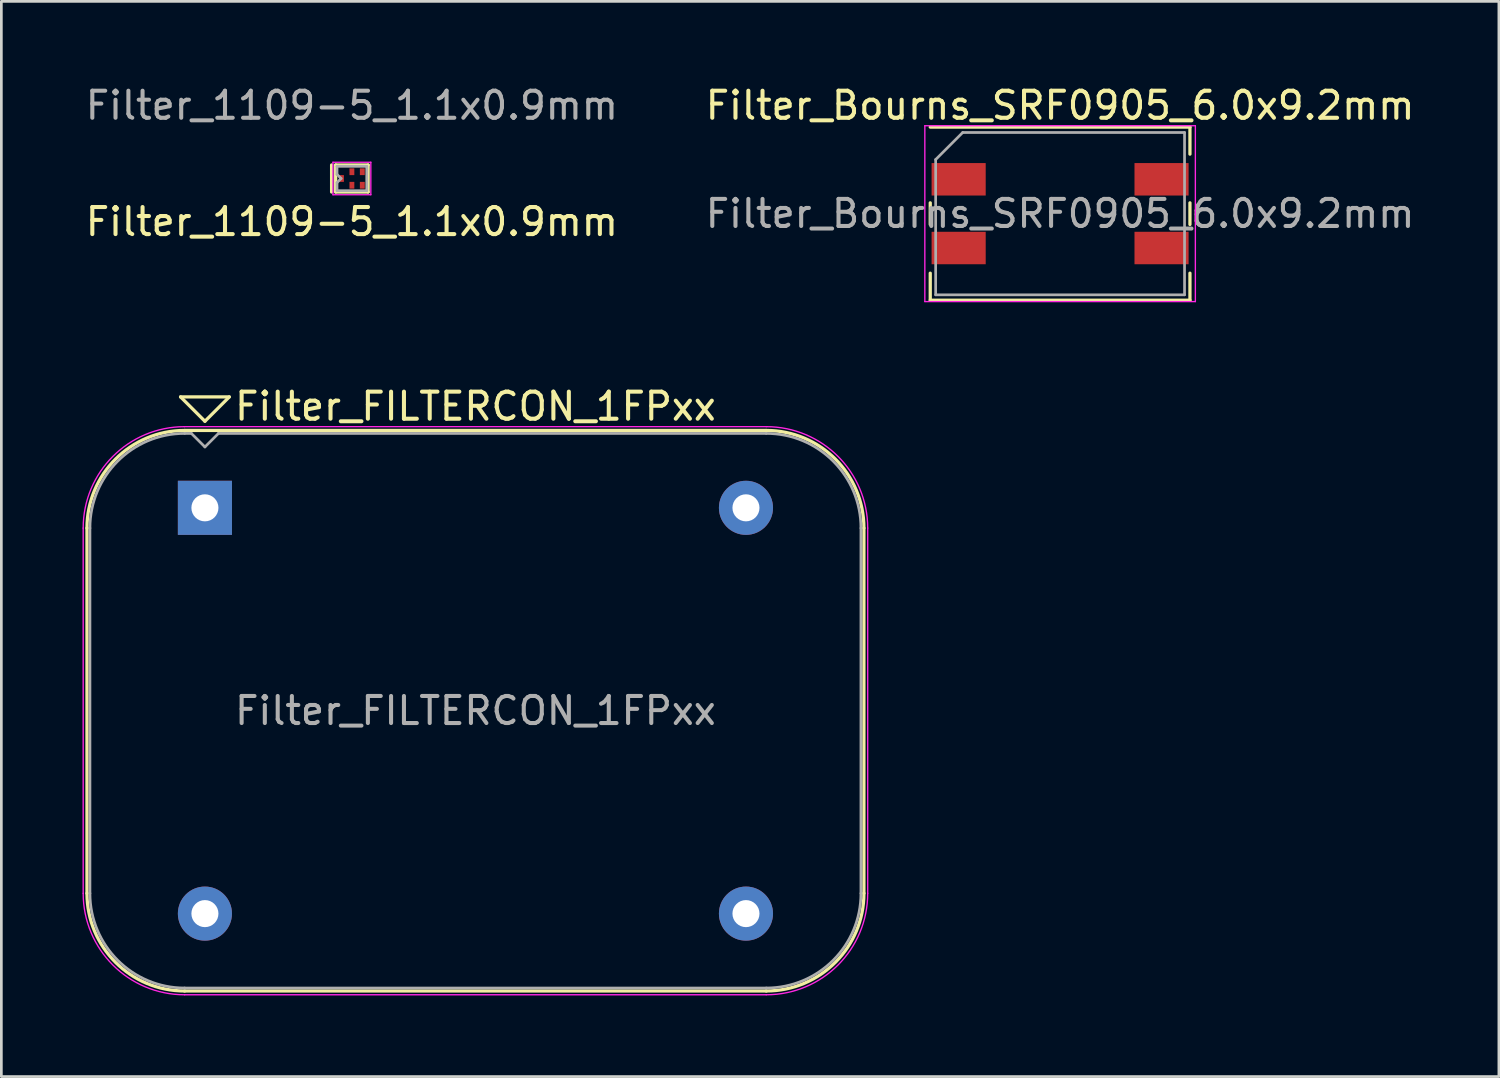
<source format=kicad_pcb>
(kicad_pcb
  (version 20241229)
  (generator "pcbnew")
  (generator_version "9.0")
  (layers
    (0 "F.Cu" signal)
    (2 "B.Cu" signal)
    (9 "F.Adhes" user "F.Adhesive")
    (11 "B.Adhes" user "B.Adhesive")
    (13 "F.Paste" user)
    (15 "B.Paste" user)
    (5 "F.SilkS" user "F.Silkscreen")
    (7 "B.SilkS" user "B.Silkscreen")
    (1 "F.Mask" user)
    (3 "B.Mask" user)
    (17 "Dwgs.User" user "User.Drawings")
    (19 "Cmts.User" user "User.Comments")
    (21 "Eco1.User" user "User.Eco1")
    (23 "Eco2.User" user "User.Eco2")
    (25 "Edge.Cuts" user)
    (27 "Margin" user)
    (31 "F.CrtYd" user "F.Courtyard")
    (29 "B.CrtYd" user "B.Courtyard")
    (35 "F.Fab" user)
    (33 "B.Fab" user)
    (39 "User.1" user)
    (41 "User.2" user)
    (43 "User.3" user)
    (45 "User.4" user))
  (footprint "Filter_Bourns_SRF0905_6.0x9.2mm"
    (layer "F.Cu")
    (at 36.137 4.848)
    (property "Reference" "Filter_Bourns_SRF0905_6.0x9.2mm" (at 0 -4 180) (layer "F.SilkS") (effects (font (size 1 1) (thickness 0.15))))
    (attr smd)
    (fp_line (start -4.8 -0.4) (end -4.8 0.4) (stroke (width 0.12) (type solid)) (layer "F.SilkS"))
    (fp_line (start -4.8 2.2) (end -4.8 3.2) (stroke (width 0.12) (type solid)) (layer "F.SilkS"))
    (fp_line (start -4.8 3.2) (end 4.8 3.2) (stroke (width 0.12) (type solid)) (layer "F.SilkS"))
    (fp_line (start 4.8 -3.2) (end -4.8 -3.2) (stroke (width 0.12) (type solid)) (layer "F.SilkS"))
    (fp_line (start 4.8 -2.2) (end 4.8 -3.2) (stroke (width 0.12) (type solid)) (layer "F.SilkS"))
    (fp_line (start 4.8 -0.4) (end 4.8 0.4) (stroke (width 0.12) (type solid)) (layer "F.SilkS"))
    (fp_line (start 4.8 3.2) (end 4.8 2.2) (stroke (width 0.12) (type solid)) (layer "F.SilkS"))
    (fp_line (start -5 -3.25) (end -5 3.25) (stroke (width 0.05) (type solid)) (layer "F.CrtYd"))
    (fp_line (start -5 -3.25) (end 5 -3.25) (stroke (width 0.05) (type solid)) (layer "F.CrtYd"))
    (fp_line (start 5 3.25) (end -5 3.25) (stroke (width 0.05) (type solid)) (layer "F.CrtYd"))
    (fp_line (start 5 3.25) (end 5 -3.25) (stroke (width 0.05) (type solid)) (layer "F.CrtYd"))
    (fp_line (start -4.6 -2) (end -3.6 -3) (stroke (width 0.1) (type solid)) (layer "F.Fab"))
    (fp_line (start -4.6 3) (end -4.6 -2) (stroke (width 0.1) (type solid)) (layer "F.Fab"))
    (fp_line (start -3.6 -3) (end 4.6 -3) (stroke (width 0.1) (type solid)) (layer "F.Fab"))
    (fp_line (start 4.6 -3) (end 4.6 3) (stroke (width 0.1) (type solid)) (layer "F.Fab"))
    (fp_line (start 4.6 3) (end -4.6 3) (stroke (width 0.1) (type solid)) (layer "F.Fab"))
    (fp_text user "${REFERENCE}" (at 0 0 0) (layer "F.Fab") (effects (font (size 1 1) (thickness 0.15))))
    (pad "1" smd rect (at -3.75 -1.27) (size 2 1.2) (layers "F.Cu" "F.Mask" "F.Paste"))
    (pad "2" smd rect (at -3.75 1.27) (size 2 1.2) (layers "F.Cu" "F.Mask" "F.Paste"))
    (pad "3" smd rect (at 3.75 1.27) (size 2 1.2) (layers "F.Cu" "F.Mask" "F.Paste"))
    (pad "4" smd rect (at 3.75 -1.27) (size 2 1.2) (layers "F.Cu" "F.Mask" "F.Paste")))
  (footprint "Filter_FILTERCON_1FPxx"
    (layer "F.Cu")
    (at 4.525 15.722)
    (property "Reference" "Filter_FILTERCON_1FPxx" (at 10 -3.75 0) (layer "F.SilkS") (effects (font (size 1 1) (thickness 0.15))))
    (attr through_hole)
    (fp_line (start -4.36 14.25) (end -4.36 0.75) (stroke (width 0.12) (type solid)) (layer "F.SilkS"))
    (fp_line (start -0.9 -4.1) (end 0.9 -4.1) (stroke (width 0.12) (type solid)) (layer "F.SilkS"))
    (fp_line (start -0.75 -2.86) (end 20.75 -2.86) (stroke (width 0.12) (type solid)) (layer "F.SilkS"))
    (fp_line (start 0 -3.2) (end -0.9 -4.1) (stroke (width 0.12) (type solid)) (layer "F.SilkS"))
    (fp_line (start 0.9 -4.1) (end 0 -3.2) (stroke (width 0.12) (type solid)) (layer "F.SilkS"))
    (fp_line (start 20.75 17.86) (end -0.75 17.86) (stroke (width 0.12) (type solid)) (layer "F.SilkS"))
    (fp_line (start 24.36 0.75) (end 24.36 14.25) (stroke (width 0.12) (type solid)) (layer "F.SilkS"))
    (fp_arc (start -4.36 0.75) (mid -3.302655 -1.802655) (end -0.75 -2.86) (stroke (width 0.12) (type solid)) (layer "F.SilkS"))
    (fp_arc (start -0.75 17.86) (mid -3.302655 16.802655) (end -4.36 14.25) (stroke (width 0.12) (type solid)) (layer "F.SilkS"))
    (fp_arc (start 20.75 -2.86) (mid 23.302655 -1.802655) (end 24.36 0.75) (stroke (width 0.12) (type solid)) (layer "F.SilkS"))
    (fp_arc (start 24.36 14.25) (mid 23.302655 16.802655) (end 20.75 17.86) (stroke (width 0.12) (type solid)) (layer "F.SilkS"))
    (fp_line (start -4.5 14.25) (end -4.5 0.75) (stroke (width 0.05) (type solid)) (layer "F.CrtYd"))
    (fp_line (start -0.75 -3) (end 20.75 -3) (stroke (width 0.05) (type solid)) (layer "F.CrtYd"))
    (fp_line (start 20.75 18) (end -0.75 18) (stroke (width 0.05) (type solid)) (layer "F.CrtYd"))
    (fp_line (start 24.5 0.75) (end 24.5 14.25) (stroke (width 0.05) (type solid)) (layer "F.CrtYd"))
    (fp_arc (start -4.5 0.75) (mid -3.40165 -1.90165) (end -0.75 -3) (stroke (width 0.05) (type solid)) (layer "F.CrtYd"))
    (fp_arc (start -0.75 18) (mid -3.40165 16.90165) (end -4.5 14.25) (stroke (width 0.05) (type solid)) (layer "F.CrtYd"))
    (fp_arc (start 20.75 -3) (mid 23.40165 -1.90165) (end 24.5 0.75) (stroke (width 0.05) (type solid)) (layer "F.CrtYd"))
    (fp_arc (start 24.5 14.25) (mid 23.40165 16.90165) (end 20.75 18) (stroke (width 0.05) (type solid)) (layer "F.CrtYd"))
    (fp_line (start -4.25 0.75) (end -4.25 14.25) (stroke (width 0.1) (type solid)) (layer "F.Fab"))
    (fp_line (start -0.75 -2.75) (end -0.5 -2.75) (stroke (width 0.1) (type solid)) (layer "F.Fab"))
    (fp_line (start -0.75 17.75) (end 20.75 17.75) (stroke (width 0.1) (type solid)) (layer "F.Fab"))
    (fp_line (start -0.5 -2.75) (end 0 -2.25) (stroke (width 0.1) (type solid)) (layer "F.Fab"))
    (fp_line (start 0 -2.25) (end 0.5 -2.75) (stroke (width 0.1) (type solid)) (layer "F.Fab"))
    (fp_line (start 0.5 -2.75) (end 20.75 -2.75) (stroke (width 0.1) (type solid)) (layer "F.Fab"))
    (fp_line (start 24.25 0.75) (end 24.25 14.25) (stroke (width 0.1) (type solid)) (layer "F.Fab"))
    (fp_arc (start -4.25 0.75) (mid -3.224874 -1.724874) (end -0.75 -2.75) (stroke (width 0.1) (type solid)) (layer "F.Fab"))
    (fp_arc (start -0.75 17.75) (mid -3.224874 16.724874) (end -4.25 14.25) (stroke (width 0.1) (type solid)) (layer "F.Fab"))
    (fp_arc (start 20.75 -2.75) (mid 23.224874 -1.724874) (end 24.25 0.75) (stroke (width 0.1) (type solid)) (layer "F.Fab"))
    (fp_arc (start 24.25 14.25) (mid 23.224874 16.724874) (end 20.75 17.75) (stroke (width 0.1) (type solid)) (layer "F.Fab"))
    (fp_text user "${REFERENCE}" (at 10 7.5 0) (layer "F.Fab") (effects (font (size 1 1) (thickness 0.15))))
    (pad "1" thru_hole rect (at 0 0) (size 2 2) (drill 1) (layers "*.Cu" "*.Mask"))
    (pad "2" thru_hole circle (at 20 0) (size 2 2) (drill 1) (layers "*.Cu" "*.Mask"))
    (pad "3" thru_hole circle (at 0 15) (size 2 2) (drill 1) (layers "*.Cu" "*.Mask"))
    (pad "4" thru_hole circle (at 20 15) (size 2 2) (drill 1) (layers "*.Cu" "*.Mask")))
  (footprint "Filter_1109-5_1.1x0.9mm"
    (layer "F.Cu")
    (at 9.958 3.548)
    (property "Reference" "Filter_1109-5_1.1x0.9mm" (at 0 1.6 0) (layer "F.SilkS") (effects (font (size 1 1) (thickness 0.15))))
    (attr smd)
    (fp_line (start -0.75 -0.5) (end -0.75 0.5) (stroke (width 0.12) (type solid)) (layer "F.SilkS"))
    (fp_line (start -0.6 -0.5) (end -0.6 0.5) (stroke (width 0.12) (type solid)) (layer "F.SilkS"))
    (fp_line (start -0.6 0.5) (end 0.6 0.5) (stroke (width 0.12) (type solid)) (layer "F.SilkS"))
    (fp_line (start 0.6 -0.5) (end -0.6 -0.5) (stroke (width 0.12) (type solid)) (layer "F.SilkS"))
    (fp_line (start 0.6 0.5) (end 0.6 -0.5) (stroke (width 0.12) (type solid)) (layer "F.SilkS"))
    (fp_line (start -0.7 -0.6) (end 0.7 -0.6) (stroke (width 0.05) (type solid)) (layer "F.CrtYd"))
    (fp_line (start -0.7 0.6) (end -0.7 -0.6) (stroke (width 0.05) (type solid)) (layer "F.CrtYd"))
    (fp_line (start 0.7 -0.6) (end 0.7 0.6) (stroke (width 0.05) (type solid)) (layer "F.CrtYd"))
    (fp_line (start 0.7 0.6) (end -0.7 0.6) (stroke (width 0.05) (type solid)) (layer "F.CrtYd"))
    (fp_line (start -0.55 -0.45) (end -0.55 -0.15) (stroke (width 0.1) (type solid)) (layer "F.Fab"))
    (fp_line (start -0.55 -0.45) (end 0.55 -0.45) (stroke (width 0.1) (type solid)) (layer "F.Fab"))
    (fp_line (start -0.55 -0.15) (end -0.4 0) (stroke (width 0.1) (type solid)) (layer "F.Fab"))
    (fp_line (start -0.55 0.15) (end -0.55 0.45) (stroke (width 0.1) (type solid)) (layer "F.Fab"))
    (fp_line (start -0.4 0) (end -0.55 0.15) (stroke (width 0.1) (type solid)) (layer "F.Fab"))
    (fp_line (start 0.55 -0.45) (end 0.55 0.45) (stroke (width 0.1) (type solid)) (layer "F.Fab"))
    (fp_line (start 0.55 0.45) (end -0.55 0.45) (stroke (width 0.1) (type solid)) (layer "F.Fab"))
    (fp_text user "${REFERENCE}" (at 0 -2.7 0) (layer "F.Fab") (effects (font (size 1 1) (thickness 0.15))))
    (pad "1" smd rect (at -0.385 0 90) (size 0.25 0.18) (layers "F.Cu" "F.Mask" "F.Paste"))
    (pad "2" smd rect (at 0 0.25 90) (size 0.25 0.18) (layers "F.Cu" "F.Mask" "F.Paste"))
    (pad "3" smd rect (at 0.385 0.25 90) (size 0.25 0.18) (layers "F.Cu" "F.Mask" "F.Paste"))
    (pad "4" smd rect (at 0.385 -0.25 90) (size 0.25 0.18) (layers "F.Cu" "F.Mask" "F.Paste"))
    (pad "5" smd rect (at 0 -0.25 90) (size 0.25 0.18) (layers "F.Cu" "F.Mask" "F.Paste")))
  (gr_rect
    (start -3 -3)
    (end 52.357 36.746)
    (stroke (width 0.1) (type default))
    (fill no)
    (layer "Edge.Cuts")))
</source>
